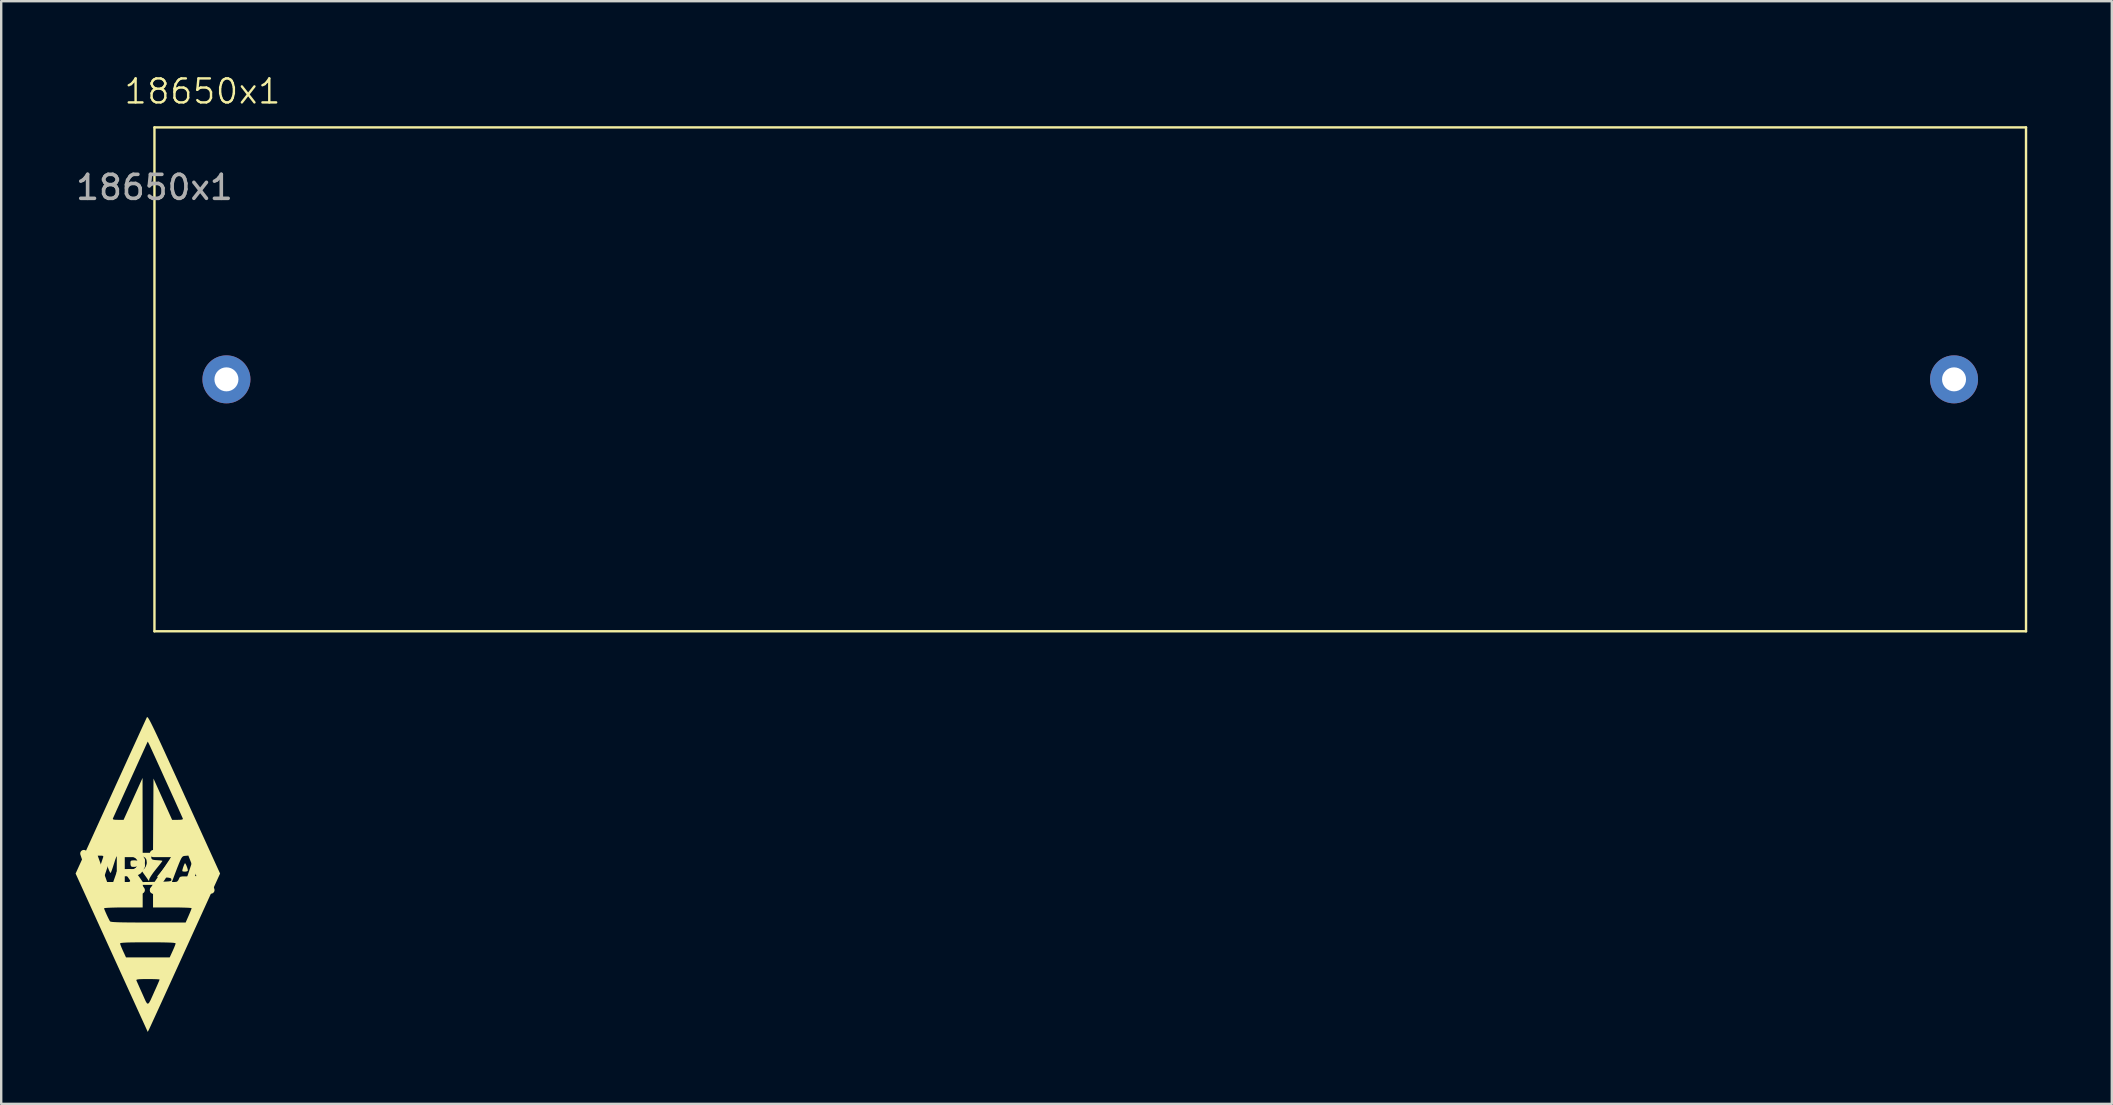
<source format=kicad_pcb>
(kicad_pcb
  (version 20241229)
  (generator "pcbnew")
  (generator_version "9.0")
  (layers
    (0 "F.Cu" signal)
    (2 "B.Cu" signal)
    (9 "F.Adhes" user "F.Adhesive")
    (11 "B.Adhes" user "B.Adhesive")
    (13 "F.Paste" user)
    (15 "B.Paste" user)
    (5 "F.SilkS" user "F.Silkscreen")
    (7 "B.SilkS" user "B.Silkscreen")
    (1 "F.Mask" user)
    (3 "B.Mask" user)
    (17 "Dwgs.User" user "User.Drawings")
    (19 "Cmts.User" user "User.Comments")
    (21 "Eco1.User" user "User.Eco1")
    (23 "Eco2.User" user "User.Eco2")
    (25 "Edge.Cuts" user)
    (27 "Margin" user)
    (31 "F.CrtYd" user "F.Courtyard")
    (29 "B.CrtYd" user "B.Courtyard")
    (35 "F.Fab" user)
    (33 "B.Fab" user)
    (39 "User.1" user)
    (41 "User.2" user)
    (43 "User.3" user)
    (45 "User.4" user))
  (footprint "18650x1"
    (layer "F.Cu")
    (at 3.387 2.26)
    (property "Reference" "18650x1" (at 2 -1.5 0) (unlocked yes) (layer "F.SilkS") (effects (font (size 1 1) (thickness 0.1))))
    (attr smd)
    (fp_line (start 0 0) (end 0 21) (stroke (width 0.1) (type solid)) (layer "F.SilkS"))
    (fp_line (start 0 0) (end 78 0) (stroke (width 0.1) (type solid)) (layer "F.SilkS"))
    (fp_line (start 0 21) (end 78 21) (stroke (width 0.1) (type solid)) (layer "F.SilkS"))
    (fp_line (start 78 0) (end 78 21) (stroke (width 0.1) (type solid)) (layer "F.SilkS"))
    (fp_line (start -0.5 -0.5) (end -0.5 21.5) (stroke (width 0.15) (type default)) (layer "Margin"))
    (fp_line (start -0.5 21.5) (end 78.5 21.5) (stroke (width 0.15) (type default)) (layer "Margin"))
    (fp_line (start 78.5 -0.5) (end -0.5 -0.5) (stroke (width 0.15) (type default)) (layer "Margin"))
    (fp_line (start 78.5 21.5) (end 78.5 -0.5) (stroke (width 0.15) (type default)) (layer "Margin"))
    (fp_text user "${REFERENCE}" (at 0 2.5 0) (unlocked yes) (layer "F.Fab") (effects (font (size 1 1) (thickness 0.15))))
    (pad "1" thru_hole circle (at 3 10.5) (size 2 2) (drill 1) (layers "*.Cu" "*.Mask"))
    (pad "2" thru_hole circle (at 75 10.5) (size 2 2) (drill 1) (layers "*.Cu" "*.Mask")))
  (footprint "VRZA"
    (layer "F.Cu")
    (at 3.092 33.356)
    (property "Reference" "VRZA" (at 0 0 0) (layer "F.SilkS") (effects (font (size 1.524 1.524) (thickness 0.3))))
    (attr board_only exclude_from_pos_files exclude_from_bom)
    (fp_poly (pts (xy -0.362 -0.533) (xy -0.272 -0.485) (xy -0.249 -0.41) (xy -0.257 -0.382) (xy -0.311 -0.334) (xy -0.412 -0.297) (xy -0.529 -0.277) (xy -0.632 -0.28) (xy -0.68 -0.301) (xy -0.7 -0.356) (xy -0.707 -0.438) (xy -0.702 -0.505) (xy -0.673 -0.538) (xy -0.6 -0.549) (xy -0.515 -0.55)) (stroke (width 0) (type solid)) (fill yes) (layer "F.SilkS"))
    (fp_poly (pts (xy 1.596 -0.399) (xy 1.633 -0.32) (xy 1.667 -0.225) (xy 1.687 -0.143) (xy 1.688 -0.125) (xy 1.654 -0.092) (xy 1.572 -0.079) (xy 1.57 -0.079) (xy 1.488 -0.086) (xy 1.453 -0.103) (xy 1.453 -0.103) (xy 1.464 -0.169) (xy 1.492 -0.263) (xy 1.527 -0.356) (xy 1.557 -0.42) (xy 1.569 -0.432)) (stroke (width 0) (type solid)) (fill yes) (layer "F.SilkS"))
    (fp_poly (pts (xy 0.003 -6.517) (xy 0.025 -6.495) (xy 0.055 -6.45) (xy 0.096 -6.379) (xy 0.149 -6.278) (xy 0.217 -6.141) (xy 0.302 -5.966) (xy 0.405 -5.748) (xy 0.529 -5.483) (xy 0.675 -5.167) (xy 0.845 -4.795) (xy 1.042 -4.365) (xy 1.268 -3.871) (xy 1.523 -3.31) (xy 1.527 -3.3) (xy 3.03 0.000001) (xy 1.588 3.17) (xy 1.373 3.643) (xy 1.166 4.097) (xy 0.97 4.528) (xy 0.787 4.929) (xy 0.62 5.296) (xy 0.47 5.623) (xy 0.341 5.905) (xy 0.235 6.136) (xy 0.155 6.311) (xy 0.102 6.425) (xy 0.081 6.47) (xy 0.016 6.6) (xy -0.965 4.447) (xy -0.46 4.447) (xy -0.438 4.5) (xy -0.389 4.609) (xy -0.322 4.761) (xy -0.241 4.941) (xy -0.214 5.001) (xy -0.13 5.191) (xy -0.068 5.327) (xy -0.019 5.406) (xy 0.025 5.427) (xy 0.071 5.386) (xy 0.129 5.283) (xy 0.206 5.114) (xy 0.311 4.878) (xy 0.318 4.864) (xy 0.393 4.696) (xy 0.454 4.556) (xy 0.495 4.458) (xy 0.51 4.417) (xy 0.474 4.409) (xy 0.373 4.403) (xy 0.224 4.399) (xy 0.04 4.397) (xy 0.015 4.397) (xy -0.197 4.399) (xy -0.34 4.404) (xy -0.424 4.415) (xy -0.459 4.433) (xy -0.46 4.447) (xy -0.965 4.447) (xy -1.488 3.3) (xy -1.665 2.912) (xy -1.138 2.912) (xy -1.123 2.968) (xy -1.082 3.073) (xy -1.024 3.207) (xy -1.015 3.226) (xy -0.891 3.494) (xy 0.931 3.494) (xy 1.054 3.226) (xy 1.114 3.09) (xy 1.158 2.98) (xy 1.177 2.916) (xy 1.178 2.912) (xy 1.156 2.898) (xy 1.086 2.886) (xy 0.963 2.878) (xy 0.781 2.872) (xy 0.535 2.868) (xy 0.219 2.866) (xy 0.02 2.866) (xy -0.336 2.867) (xy -0.619 2.869) (xy -0.835 2.874) (xy -0.988 2.882) (xy -1.086 2.891) (xy -1.132 2.904) (xy -1.138 2.912) (xy -1.665 2.912) (xy -2.331 1.449) (xy -1.806 1.449) (xy -1.79 1.499) (xy -1.749 1.596) (xy -1.695 1.719) (xy -1.636 1.843) (xy -1.584 1.946) (xy -1.557 1.992) (xy -1.532 2.005) (xy -1.469 2.016) (xy -1.363 2.024) (xy -1.208 2.031) (xy -0.998 2.036) (xy -0.727 2.039) (xy -0.39 2.041) (xy 0.02 2.041) (xy 0.034 2.041) (xy 1.595 2.041) (xy 1.72 1.757) (xy 1.779 1.619) (xy 1.823 1.51) (xy 1.844 1.448) (xy 1.845 1.443) (xy 1.808 1.434) (xy 1.704 1.426) (xy 1.544 1.42) (xy 1.341 1.415) (xy 1.106 1.413) (xy 1.04 1.413) (xy 0.236 1.413) (xy 0.236 0.471) (xy -0.196 0.471) (xy -0.196 1.413) (xy -1.001 1.413) (xy -1.253 1.415) (xy -1.47 1.42) (xy -1.641 1.427) (xy -1.756 1.436) (xy -1.805 1.447) (xy -1.806 1.449) (xy -2.331 1.449) (xy -2.991 -0.000037) (xy -2.651 -0.746) (xy -2.07 -0.746) (xy -1.873 -0.196) (xy -1.677 0.353) (xy -1.424 0.353) (xy -0.942 0.353) (xy -0.824 0.353) (xy -0.757 0.35) (xy -0.722 0.326) (xy -0.709 0.262) (xy -0.707 0.14) (xy -0.693 -0.018) (xy -0.652 -0.102) (xy -0.586 -0.113) (xy -0.494 -0.05) (xy -0.378 0.086) (xy -0.34 0.139) (xy -0.19 0.355) (xy -0.079 0.353) (xy 1.022 0.353) (xy 1.142 0.353) (xy 1.236 0.338) (xy 1.291 0.275) (xy 1.308 0.236) (xy 1.338 0.169) (xy 1.381 0.133) (xy 1.458 0.12) (xy 1.574 0.118) (xy 1.702 0.121) (xy 1.775 0.137) (xy 1.816 0.176) (xy 1.845 0.236) (xy 1.899 0.322) (xy 1.978 0.352) (xy 2.007 0.353) (xy 2.088 0.345) (xy 2.12 0.325) (xy 2.106 0.28) (xy 2.069 0.175) (xy 2.012 0.026) (xy 1.942 -0.154) (xy 1.914 -0.226) (xy 1.708 -0.748) (xy 1.573 -0.737) (xy 1.527 -0.732) (xy 1.488 -0.719) (xy 1.452 -0.689) (xy 1.414 -0.634) (xy 1.37 -0.545) (xy 1.314 -0.412) (xy 1.241 -0.228) (xy 1.148 0.017) (xy 1.099 0.147) (xy 1.022 0.353) (xy -0.079 0.353) (xy 0.405 0.345) (xy 0.633 0.34) (xy 0.794 0.334) (xy 0.9 0.326) (xy 0.962 0.314) (xy 0.992 0.295) (xy 1.001 0.268) (xy 1.001 0.255) (xy 0.993 0.215) (xy 0.958 0.189) (xy 0.881 0.172) (xy 0.744 0.16) (xy 0.7 0.157) (xy 0.398 0.137) (xy 0.69 -0.224) (xy 0.805 -0.373) (xy 0.898 -0.507) (xy 0.961 -0.61) (xy 0.981 -0.666) (xy 0.977 -0.701) (xy 0.953 -0.724) (xy 0.897 -0.738) (xy 0.794 -0.744) (xy 0.632 -0.746) (xy 0.567 -0.746) (xy 0.382 -0.745) (xy 0.263 -0.741) (xy 0.196 -0.731) (xy 0.166 -0.712) (xy 0.161 -0.68) (xy 0.164 -0.658) (xy 0.18 -0.607) (xy 0.223 -0.578) (xy 0.313 -0.563) (xy 0.402 -0.557) (xy 0.524 -0.548) (xy 0.606 -0.537) (xy 0.628 -0.528) (xy 0.605 -0.492) (xy 0.542 -0.409) (xy 0.448 -0.291) (xy 0.353 -0.174) (xy 0.241 -0.03) (xy 0.151 0.101) (xy 0.092 0.201) (xy 0.076 0.248) (xy 0.071 0.308) (xy 0.05 0.294) (xy 0.027 0.259) (xy -0.023 0.185) (xy -0.099 0.079) (xy -0.147 0.014) (xy -0.215 -0.088) (xy -0.235 -0.147) (xy -0.222 -0.157) (xy -0.14 -0.192) (xy -0.07 -0.281) (xy -0.029 -0.401) (xy -0.024 -0.458) (xy -0.038 -0.575) (xy -0.088 -0.657) (xy -0.184 -0.709) (xy -0.335 -0.737) (xy -0.554 -0.746) (xy -0.574 -0.746) (xy -0.942 -0.746) (xy -0.942 0.353) (xy -1.424 0.353) (xy -1.241 -0.167) (xy -1.176 -0.357) (xy -1.12 -0.52) (xy -1.081 -0.642) (xy -1.061 -0.709) (xy -1.06 -0.716) (xy -1.094 -0.737) (xy -1.175 -0.746) (xy -1.231 -0.742) (xy -1.271 -0.72) (xy -1.306 -0.667) (xy -1.343 -0.567) (xy -1.393 -0.407) (xy -1.395 -0.402) (xy -1.444 -0.247) (xy -1.488 -0.12) (xy -1.521 -0.041) (xy -1.53 -0.026) (xy -1.555 -0.047) (xy -1.596 -0.128) (xy -1.647 -0.257) (xy -1.687 -0.369) (xy -1.744 -0.54) (xy -1.787 -0.649) (xy -1.822 -0.71) (xy -1.861 -0.738) (xy -1.911 -0.746) (xy -1.941 -0.746) (xy -2.07 -0.746) (xy -2.651 -0.746) (xy -1.95 -2.287) (xy -1.441 -2.287) (xy -1.43 -2.258) (xy -1.361 -2.242) (xy -1.226 -2.238) (xy -0.991 -2.238) (xy -0.694 -2.895) (xy -0.591 -3.123) (xy -0.492 -3.342) (xy -0.404 -3.536) (xy -0.335 -3.688) (xy -0.299 -3.769) (xy -0.201 -3.985) (xy -0.199 -2.424) (xy -0.196 -0.864) (xy 0.235 -0.864) (xy 0.245 -2.411) (xy 0.255 -3.958) (xy 0.643 -3.098) (xy 1.031 -2.238) (xy 1.266 -2.238) (xy 1.402 -2.242) (xy 1.47 -2.258) (xy 1.48 -2.287) (xy 1.45 -2.354) (xy 1.393 -2.482) (xy 1.313 -2.66) (xy 1.214 -2.88) (xy 1.101 -3.132) (xy 0.976 -3.407) (xy 0.845 -3.696) (xy 0.712 -3.989) (xy 0.582 -4.278) (xy 0.457 -4.552) (xy 0.343 -4.803) (xy 0.243 -5.021) (xy 0.162 -5.198) (xy 0.105 -5.323) (xy 0.074 -5.388) (xy 0.072 -5.393) (xy 0.015 -5.501) (xy -0.036 -5.391) (xy -0.067 -5.325) (xy -0.123 -5.2) (xy -0.203 -5.024) (xy -0.302 -4.807) (xy -0.415 -4.558) (xy -0.538 -4.285) (xy -0.668 -3.999) (xy -0.799 -3.708) (xy -0.929 -3.421) (xy -1.053 -3.147) (xy -1.166 -2.895) (xy -1.266 -2.676) (xy -1.346 -2.496) (xy -1.405 -2.367) (xy -1.436 -2.296) (xy -1.441 -2.287) (xy -1.95 -2.287) (xy -1.53 -3.209) (xy -1.314 -3.684) (xy -1.106 -4.139) (xy -0.91 -4.57) (xy -0.727 -4.972) (xy -0.559 -5.338) (xy -0.41 -5.664) (xy -0.282 -5.945) (xy -0.176 -6.176) (xy -0.096 -6.35) (xy -0.044 -6.463) (xy -0.022 -6.51) (xy -0.012 -6.521)) (stroke (width 0) (type solid)) (fill yes) (layer "F.SilkS")))
  (gr_rect
    (start -3 -3)
    (end 84.962 42.956)
    (stroke (width 0.1) (type default))
    (fill no)
    (layer "Edge.Cuts")))
</source>
